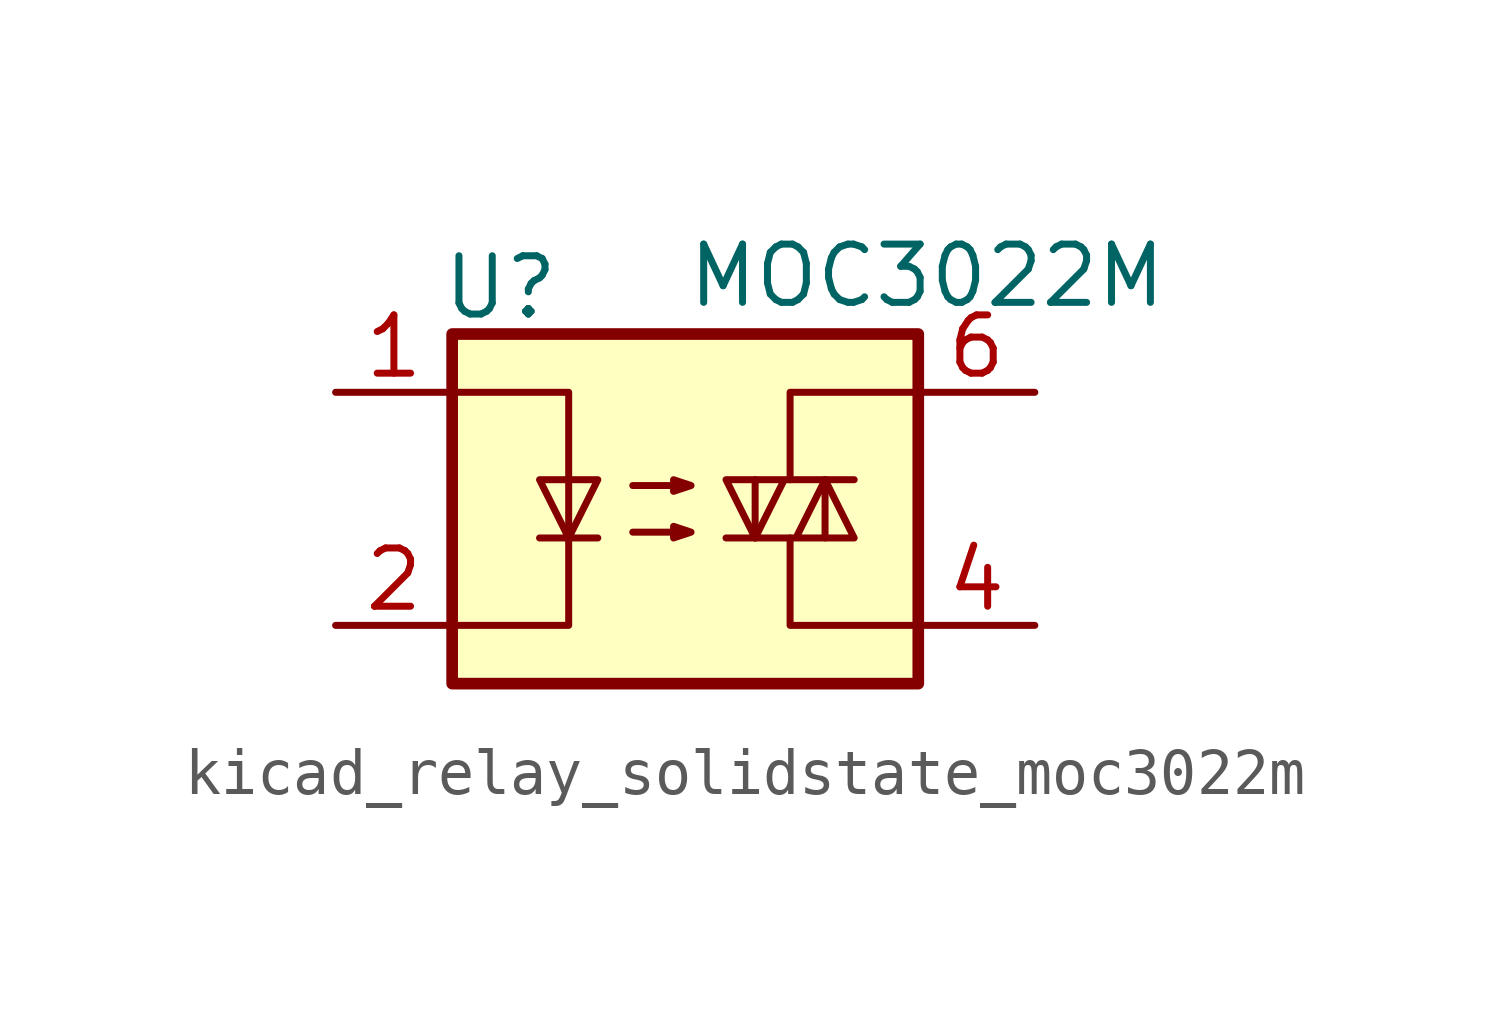
<source format=kicad_sym>
(kicad_symbol_lib
  (version 20220914)
  (generator kicad_symbol_editor)
  (symbol "kicad_relay_solidstate_moc3022m"
    (property "Reference" "U"
      (at -5.334 4.826 0)
      (effects (font (size 1.27 1.27)) (justify left)))
    (property "Value" "MOC3022M"
      (at 0 5.08 0)
      (effects (font (size 1.27 1.27)) (justify left)))
    (symbol "kicad_relay_solidstate_moc3022m_0_1"
      (rectangle (start -5.08 3.81) (end 5.08 -3.81) (stroke (width 0.254) (type default)) (fill (type background)))
      (polyline (pts (xy -3.175 -0.635) (xy -1.905 -0.635)) (stroke (width 0) (type default)) (fill (type none)))
      (polyline (pts (xy 1.524 -0.635) (xy 1.524 0.635)) (stroke (width 0) (type default)) (fill (type none)))
      (polyline (pts (xy 3.048 0.635) (xy 3.048 -0.635)) (stroke (width 0) (type default)) (fill (type none)))
      (polyline (pts (xy 2.286 -0.635) (xy 2.286 -2.54) (xy 5.08 -2.54)) (stroke (width 0) (type default)) (fill (type none)))
      (polyline (pts (xy 2.286 0.635) (xy 2.286 2.54) (xy 5.08 2.54)) (stroke (width 0) (type default)) (fill (type none)))
      (polyline (pts (xy -5.08 2.54) (xy -2.54 2.54) (xy -2.54 -2.54) (xy -5.08 -2.54)) (stroke (width 0) (type default)) (fill (type none)))
      (polyline (pts (xy -2.54 -0.635) (xy -3.175 0.635) (xy -1.905 0.635) (xy -2.54 -0.635)) (stroke (width 0) (type default)) (fill (type none)))
      (polyline (pts (xy 0.889 -0.635) (xy 3.683 -0.635) (xy 3.048 0.635) (xy 2.413 -0.635)) (stroke (width 0) (type default)) (fill (type none)))
      (polyline (pts (xy 3.683 0.635) (xy 0.889 0.635) (xy 1.524 -0.635) (xy 2.159 0.635)) (stroke (width 0) (type default)) (fill (type none)))
      (polyline (pts (xy -1.143 -0.508) (xy 0.127 -0.508) (xy -0.254 -0.635) (xy -0.254 -0.381) (xy 0.127 -0.508)) (stroke (width 0) (type default)) (fill (type none)))
      (polyline (pts (xy -1.143 0.508) (xy 0.127 0.508) (xy -0.254 0.381) (xy -0.254 0.635) (xy 0.127 0.508)) (stroke (width 0) (type default)) (fill (type none))))
    (symbol "kicad_relay_solidstate_moc3022m_1_1"
      (pin passive line (at -7.62 2.54 0) (length 2.54) (name "~" (effects (font (size 1.27 1.27)))) (number "1" (effects (font (size 1.27 1.27)))))
      (pin passive line (at -7.62 -2.54 0) (length 2.54) (name "~" (effects (font (size 1.27 1.27)))) (number "2" (effects (font (size 1.27 1.27)))))
      (pin no_connect line (at -5.08 0 0) (length 2.54) hide (name "NC" (effects (font (size 1.27 1.27)))) (number "3" (effects (font (size 1.27 1.27)))))
      (pin passive line (at 7.62 -2.54 180) (length 2.54) (name "~" (effects (font (size 1.27 1.27)))) (number "4" (effects (font (size 1.27 1.27)))))
      (pin no_connect line (at 5.08 0 180) (length 2.54) hide (name "NC" (effects (font (size 1.27 1.27)))) (number "5" (effects (font (size 1.27 1.27)))))
      (pin passive line (at 7.62 2.54 180) (length 2.54) (name "~" (effects (font (size 1.27 1.27)))) (number "6" (effects (font (size 1.27 1.27))))))))
</source>
